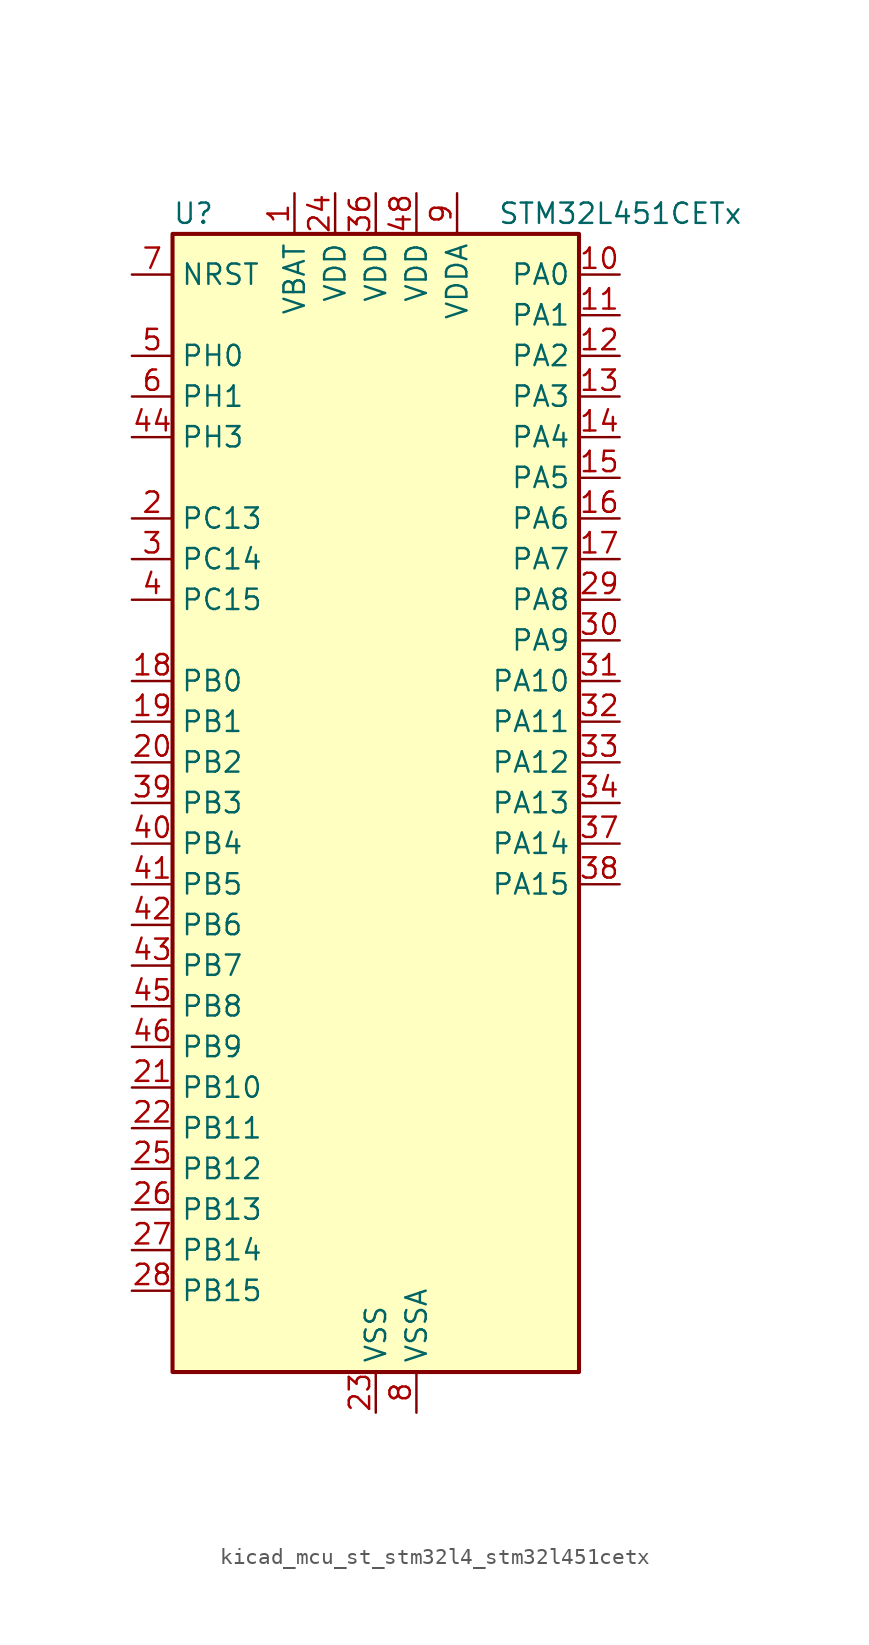
<source format=kicad_sym>
(kicad_symbol_lib
  (version 20220914)
  (generator kicad_symbol_editor)
  (symbol "kicad_mcu_st_stm32l4_stm32l451cetx"
    (property "Reference" "U"
      (at -12.7 36.83 0)
      (effects (font (size 1.27 1.27)) (justify left)))
    (property "Value" "STM32L451CETx"
      (at 7.62 36.83 0)
      (effects (font (size 1.27 1.27)) (justify left)))
    (property "ki_locked" ""
      (at 0 0 0)
      (effects (font (size 1.27 1.27))))
    (symbol "kicad_mcu_st_stm32l4_stm32l451cetx_0_1"
      (rectangle (start -12.7 -35.56) (end 12.7 35.56) (stroke (width 0.254) (type default)) (fill (type background))))
    (symbol "kicad_mcu_st_stm32l4_stm32l451cetx_1_1"
      (pin power_in line (at -5.08 38.1 270) (length 2.54) (name "VBAT" (effects (font (size 1.27 1.27)))) (number "1" (effects (font (size 1.27 1.27)))))
      (pin bidirectional line (at 15.24 33.02 180) (length 2.54) (name "PA0" (effects (font (size 1.27 1.27)))) (number "10" (effects (font (size 1.27 1.27)))) (alternate "ADC1_IN5" bidirectional line) (alternate "COMP1_INM" bidirectional line) (alternate "COMP1_OUT" bidirectional line) (alternate "OPAMP1_VINP" bidirectional line) (alternate "RTC_TAMP2" bidirectional line) (alternate "SAI1_EXTCLK" bidirectional line) (alternate "SYS_WKUP1" bidirectional line) (alternate "TIM2_CH1" bidirectional line) (alternate "TIM2_ETR" bidirectional line) (alternate "UART4_TX" bidirectional line) (alternate "USART2_CTS" bidirectional line))
      (pin bidirectional line (at 15.24 30.48 180) (length 2.54) (name "PA1" (effects (font (size 1.27 1.27)))) (number "11" (effects (font (size 1.27 1.27)))) (alternate "ADC1_IN6" bidirectional line) (alternate "COMP1_INP" bidirectional line) (alternate "I2C1_SMBA" bidirectional line) (alternate "OPAMP1_VINM" bidirectional line) (alternate "SPI1_SCK" bidirectional line) (alternate "TIM15_CH1N" bidirectional line) (alternate "TIM2_CH2" bidirectional line) (alternate "UART4_RX" bidirectional line) (alternate "USART2_DE" bidirectional line) (alternate "USART2_RTS" bidirectional line))
      (pin bidirectional line (at 15.24 27.94 180) (length 2.54) (name "PA2" (effects (font (size 1.27 1.27)))) (number "12" (effects (font (size 1.27 1.27)))) (alternate "ADC1_IN7" bidirectional line) (alternate "COMP2_INM" bidirectional line) (alternate "COMP2_OUT" bidirectional line) (alternate "LPUART1_TX" bidirectional line) (alternate "QUADSPI_BK1_NCS" bidirectional line) (alternate "RCC_LSCO" bidirectional line) (alternate "SYS_WKUP4" bidirectional line) (alternate "TIM15_CH1" bidirectional line) (alternate "TIM2_CH3" bidirectional line) (alternate "USART2_TX" bidirectional line))
      (pin bidirectional line (at 15.24 25.4 180) (length 2.54) (name "PA3" (effects (font (size 1.27 1.27)))) (number "13" (effects (font (size 1.27 1.27)))) (alternate "ADC1_IN8" bidirectional line) (alternate "COMP2_INP" bidirectional line) (alternate "LPUART1_RX" bidirectional line) (alternate "OPAMP1_VOUT" bidirectional line) (alternate "QUADSPI_CLK" bidirectional line) (alternate "SAI1_MCLK_A" bidirectional line) (alternate "TIM15_CH2" bidirectional line) (alternate "TIM2_CH4" bidirectional line) (alternate "USART2_RX" bidirectional line))
      (pin bidirectional line (at 15.24 22.86 180) (length 2.54) (name "PA4" (effects (font (size 1.27 1.27)))) (number "14" (effects (font (size 1.27 1.27)))) (alternate "ADC1_IN9" bidirectional line) (alternate "COMP1_INM" bidirectional line) (alternate "COMP2_INM" bidirectional line) (alternate "DAC1_OUT1" bidirectional line) (alternate "LPTIM2_OUT" bidirectional line) (alternate "SAI1_FS_B" bidirectional line) (alternate "SPI1_NSS" bidirectional line) (alternate "SPI3_NSS" bidirectional line) (alternate "USART2_CK" bidirectional line))
      (pin bidirectional line (at 15.24 20.32 180) (length 2.54) (name "PA5" (effects (font (size 1.27 1.27)))) (number "15" (effects (font (size 1.27 1.27)))) (alternate "ADC1_IN10" bidirectional line) (alternate "COMP1_INM" bidirectional line) (alternate "COMP2_INM" bidirectional line) (alternate "DFSDM1_CKOUT" bidirectional line) (alternate "LPTIM2_ETR" bidirectional line) (alternate "SPI1_SCK" bidirectional line) (alternate "TIM2_CH1" bidirectional line) (alternate "TIM2_ETR" bidirectional line))
      (pin bidirectional line (at 15.24 17.78 180) (length 2.54) (name "PA6" (effects (font (size 1.27 1.27)))) (number "16" (effects (font (size 1.27 1.27)))) (alternate "ADC1_IN11" bidirectional line) (alternate "COMP1_OUT" bidirectional line) (alternate "LPUART1_CTS" bidirectional line) (alternate "QUADSPI_BK1_IO3" bidirectional line) (alternate "SPI1_MISO" bidirectional line) (alternate "TIM16_CH1" bidirectional line) (alternate "TIM1_BKIN" bidirectional line) (alternate "TIM1_BKIN_COMP2" bidirectional line) (alternate "TIM3_CH1" bidirectional line) (alternate "USART3_CTS" bidirectional line))
      (pin bidirectional line (at 15.24 15.24 180) (length 2.54) (name "PA7" (effects (font (size 1.27 1.27)))) (number "17" (effects (font (size 1.27 1.27)))) (alternate "ADC1_IN12" bidirectional line) (alternate "COMP2_OUT" bidirectional line) (alternate "DFSDM1_DATIN0" bidirectional line) (alternate "I2C3_SCL" bidirectional line) (alternate "QUADSPI_BK1_IO2" bidirectional line) (alternate "SPI1_MOSI" bidirectional line) (alternate "TIM1_CH1N" bidirectional line) (alternate "TIM3_CH2" bidirectional line))
      (pin bidirectional line (at -15.24 7.62 0) (length 2.54) (name "PB0" (effects (font (size 1.27 1.27)))) (number "18" (effects (font (size 1.27 1.27)))) (alternate "ADC1_IN15" bidirectional line) (alternate "COMP1_OUT" bidirectional line) (alternate "DFSDM1_CKIN0" bidirectional line) (alternate "QUADSPI_BK1_IO1" bidirectional line) (alternate "SAI1_EXTCLK" bidirectional line) (alternate "SPI1_NSS" bidirectional line) (alternate "TIM1_CH2N" bidirectional line) (alternate "TIM3_CH3" bidirectional line) (alternate "USART3_CK" bidirectional line))
      (pin bidirectional line (at -15.24 5.08 0) (length 2.54) (name "PB1" (effects (font (size 1.27 1.27)))) (number "19" (effects (font (size 1.27 1.27)))) (alternate "ADC1_IN16" bidirectional line) (alternate "COMP1_INM" bidirectional line) (alternate "DFSDM1_DATIN0" bidirectional line) (alternate "LPTIM2_IN1" bidirectional line) (alternate "LPUART1_DE" bidirectional line) (alternate "LPUART1_RTS" bidirectional line) (alternate "QUADSPI_BK1_IO0" bidirectional line) (alternate "TIM1_CH3N" bidirectional line) (alternate "TIM3_CH4" bidirectional line) (alternate "USART3_DE" bidirectional line) (alternate "USART3_RTS" bidirectional line))
      (pin bidirectional line (at -15.24 17.78 0) (length 2.54) (name "PC13" (effects (font (size 1.27 1.27)))) (number "2" (effects (font (size 1.27 1.27)))) (alternate "RTC_OUT_ALARM" bidirectional line) (alternate "RTC_OUT_CALIB" bidirectional line) (alternate "RTC_TAMP1" bidirectional line) (alternate "RTC_TS" bidirectional line) (alternate "SYS_WKUP2" bidirectional line))
      (pin bidirectional line (at -15.24 2.54 0) (length 2.54) (name "PB2" (effects (font (size 1.27 1.27)))) (number "20" (effects (font (size 1.27 1.27)))) (alternate "COMP1_INP" bidirectional line) (alternate "DFSDM1_CKIN0" bidirectional line) (alternate "I2C3_SMBA" bidirectional line) (alternate "LPTIM1_OUT" bidirectional line) (alternate "RTC_OUT_ALARM" bidirectional line) (alternate "RTC_OUT_CALIB" bidirectional line))
      (pin bidirectional line (at -15.24 -17.78 0) (length 2.54) (name "PB10" (effects (font (size 1.27 1.27)))) (number "21" (effects (font (size 1.27 1.27)))) (alternate "COMP1_OUT" bidirectional line) (alternate "I2C2_SCL" bidirectional line) (alternate "I2C4_SCL" bidirectional line) (alternate "LPUART1_RX" bidirectional line) (alternate "QUADSPI_CLK" bidirectional line) (alternate "SAI1_SCK_A" bidirectional line) (alternate "SPI2_SCK" bidirectional line) (alternate "TIM2_CH3" bidirectional line) (alternate "TSC_SYNC" bidirectional line) (alternate "USART3_TX" bidirectional line))
      (pin bidirectional line (at -15.24 -20.32 0) (length 2.54) (name "PB11" (effects (font (size 1.27 1.27)))) (number "22" (effects (font (size 1.27 1.27)))) (alternate "ADC1_EXTI11" bidirectional line) (alternate "COMP2_OUT" bidirectional line) (alternate "I2C2_SDA" bidirectional line) (alternate "I2C4_SDA" bidirectional line) (alternate "LPUART1_TX" bidirectional line) (alternate "QUADSPI_BK1_NCS" bidirectional line) (alternate "TIM2_CH4" bidirectional line) (alternate "USART3_RX" bidirectional line))
      (pin power_in line (at 0 -38.1 90) (length 2.54) (name "VSS" (effects (font (size 1.27 1.27)))) (number "23" (effects (font (size 1.27 1.27)))))
      (pin power_in line (at -2.54 38.1 270) (length 2.54) (name "VDD" (effects (font (size 1.27 1.27)))) (number "24" (effects (font (size 1.27 1.27)))))
      (pin bidirectional line (at -15.24 -22.86 0) (length 2.54) (name "PB12" (effects (font (size 1.27 1.27)))) (number "25" (effects (font (size 1.27 1.27)))) (alternate "CAN1_RX" bidirectional line) (alternate "DFSDM1_DATIN1" bidirectional line) (alternate "I2C2_SMBA" bidirectional line) (alternate "LPUART1_DE" bidirectional line) (alternate "LPUART1_RTS" bidirectional line) (alternate "SAI1_FS_A" bidirectional line) (alternate "SPI2_NSS" bidirectional line) (alternate "TIM15_BKIN" bidirectional line) (alternate "TIM1_BKIN" bidirectional line) (alternate "TIM1_BKIN_COMP2" bidirectional line) (alternate "TSC_G1_IO1" bidirectional line) (alternate "USART3_CK" bidirectional line))
      (pin bidirectional line (at -15.24 -25.4 0) (length 2.54) (name "PB13" (effects (font (size 1.27 1.27)))) (number "26" (effects (font (size 1.27 1.27)))) (alternate "CAN1_TX" bidirectional line) (alternate "DFSDM1_CKIN1" bidirectional line) (alternate "I2C2_SCL" bidirectional line) (alternate "LPUART1_CTS" bidirectional line) (alternate "SAI1_SCK_A" bidirectional line) (alternate "SPI2_SCK" bidirectional line) (alternate "TIM15_CH1N" bidirectional line) (alternate "TIM1_CH1N" bidirectional line) (alternate "TSC_G1_IO2" bidirectional line) (alternate "USART3_CTS" bidirectional line))
      (pin bidirectional line (at -15.24 -27.94 0) (length 2.54) (name "PB14" (effects (font (size 1.27 1.27)))) (number "27" (effects (font (size 1.27 1.27)))) (alternate "DFSDM1_DATIN2" bidirectional line) (alternate "I2C2_SDA" bidirectional line) (alternate "SAI1_MCLK_A" bidirectional line) (alternate "SPI2_MISO" bidirectional line) (alternate "TIM15_CH1" bidirectional line) (alternate "TIM1_CH2N" bidirectional line) (alternate "TSC_G1_IO3" bidirectional line) (alternate "USART3_DE" bidirectional line) (alternate "USART3_RTS" bidirectional line))
      (pin bidirectional line (at -15.24 -30.48 0) (length 2.54) (name "PB15" (effects (font (size 1.27 1.27)))) (number "28" (effects (font (size 1.27 1.27)))) (alternate "ADC1_EXTI15" bidirectional line) (alternate "DFSDM1_CKIN2" bidirectional line) (alternate "RTC_REFIN" bidirectional line) (alternate "SAI1_SD_A" bidirectional line) (alternate "SPI2_MOSI" bidirectional line) (alternate "TIM15_CH2" bidirectional line) (alternate "TIM1_CH3N" bidirectional line) (alternate "TSC_G1_IO4" bidirectional line))
      (pin bidirectional line (at 15.24 12.7 180) (length 2.54) (name "PA8" (effects (font (size 1.27 1.27)))) (number "29" (effects (font (size 1.27 1.27)))) (alternate "DFSDM1_CKIN1" bidirectional line) (alternate "LPTIM2_OUT" bidirectional line) (alternate "RCC_MCO" bidirectional line) (alternate "SAI1_SCK_A" bidirectional line) (alternate "TIM1_CH1" bidirectional line) (alternate "USART1_CK" bidirectional line))
      (pin bidirectional line (at -15.24 15.24 0) (length 2.54) (name "PC14" (effects (font (size 1.27 1.27)))) (number "3" (effects (font (size 1.27 1.27)))) (alternate "RCC_OSC32_IN" bidirectional line))
      (pin bidirectional line (at 15.24 10.16 180) (length 2.54) (name "PA9" (effects (font (size 1.27 1.27)))) (number "30" (effects (font (size 1.27 1.27)))) (alternate "DAC1_EXTI9" bidirectional line) (alternate "DFSDM1_DATIN1" bidirectional line) (alternate "I2C1_SCL" bidirectional line) (alternate "SAI1_FS_A" bidirectional line) (alternate "TIM15_BKIN" bidirectional line) (alternate "TIM1_CH2" bidirectional line) (alternate "USART1_TX" bidirectional line))
      (pin bidirectional line (at 15.24 7.62 180) (length 2.54) (name "PA10" (effects (font (size 1.27 1.27)))) (number "31" (effects (font (size 1.27 1.27)))) (alternate "I2C1_SDA" bidirectional line) (alternate "SAI1_SD_A" bidirectional line) (alternate "TIM1_CH3" bidirectional line) (alternate "USART1_RX" bidirectional line))
      (pin bidirectional line (at 15.24 5.08 180) (length 2.54) (name "PA11" (effects (font (size 1.27 1.27)))) (number "32" (effects (font (size 1.27 1.27)))) (alternate "ADC1_EXTI11" bidirectional line) (alternate "CAN1_RX" bidirectional line) (alternate "COMP1_OUT" bidirectional line) (alternate "SPI1_MISO" bidirectional line) (alternate "TIM1_BKIN2" bidirectional line) (alternate "TIM1_BKIN2_COMP1" bidirectional line) (alternate "TIM1_CH4" bidirectional line) (alternate "USART1_CTS" bidirectional line))
      (pin bidirectional line (at 15.24 2.54 180) (length 2.54) (name "PA12" (effects (font (size 1.27 1.27)))) (number "33" (effects (font (size 1.27 1.27)))) (alternate "CAN1_TX" bidirectional line) (alternate "SPI1_MOSI" bidirectional line) (alternate "TIM1_ETR" bidirectional line) (alternate "USART1_DE" bidirectional line) (alternate "USART1_RTS" bidirectional line))
      (pin bidirectional line (at 15.24 0 180) (length 2.54) (name "PA13" (effects (font (size 1.27 1.27)))) (number "34" (effects (font (size 1.27 1.27)))) (alternate "IR_OUT" bidirectional line) (alternate "SAI1_SD_B" bidirectional line) (alternate "SYS_JTMS-SWDIO" bidirectional line))
      (pin passive line (at 0 -38.1 90) (length 2.54) hide (name "VSS" (effects (font (size 1.27 1.27)))) (number "35" (effects (font (size 1.27 1.27)))))
      (pin power_in line (at 0 38.1 270) (length 2.54) (name "VDD" (effects (font (size 1.27 1.27)))) (number "36" (effects (font (size 1.27 1.27)))))
      (pin bidirectional line (at 15.24 -2.54 180) (length 2.54) (name "PA14" (effects (font (size 1.27 1.27)))) (number "37" (effects (font (size 1.27 1.27)))) (alternate "I2C1_SMBA" bidirectional line) (alternate "I2C4_SMBA" bidirectional line) (alternate "LPTIM1_OUT" bidirectional line) (alternate "SAI1_FS_B" bidirectional line) (alternate "SYS_JTCK-SWCLK" bidirectional line))
      (pin bidirectional line (at 15.24 -5.08 180) (length 2.54) (name "PA15" (effects (font (size 1.27 1.27)))) (number "38" (effects (font (size 1.27 1.27)))) (alternate "ADC1_EXTI15" bidirectional line) (alternate "SPI1_NSS" bidirectional line) (alternate "SPI3_NSS" bidirectional line) (alternate "SYS_JTDI" bidirectional line) (alternate "TIM2_CH1" bidirectional line) (alternate "TIM2_ETR" bidirectional line) (alternate "UART4_DE" bidirectional line) (alternate "UART4_RTS" bidirectional line) (alternate "USART2_RX" bidirectional line) (alternate "USART3_DE" bidirectional line) (alternate "USART3_RTS" bidirectional line))
      (pin bidirectional line (at -15.24 0 0) (length 2.54) (name "PB3" (effects (font (size 1.27 1.27)))) (number "39" (effects (font (size 1.27 1.27)))) (alternate "COMP2_INM" bidirectional line) (alternate "SAI1_SCK_B" bidirectional line) (alternate "SPI1_SCK" bidirectional line) (alternate "SPI3_SCK" bidirectional line) (alternate "SYS_JTDO-SWO" bidirectional line) (alternate "TIM2_CH2" bidirectional line) (alternate "USART1_DE" bidirectional line) (alternate "USART1_RTS" bidirectional line))
      (pin bidirectional line (at -15.24 12.7 0) (length 2.54) (name "PC15" (effects (font (size 1.27 1.27)))) (number "4" (effects (font (size 1.27 1.27)))) (alternate "ADC1_EXTI15" bidirectional line) (alternate "RCC_OSC32_OUT" bidirectional line))
      (pin bidirectional line (at -15.24 -2.54 0) (length 2.54) (name "PB4" (effects (font (size 1.27 1.27)))) (number "40" (effects (font (size 1.27 1.27)))) (alternate "COMP2_INP" bidirectional line) (alternate "I2C3_SDA" bidirectional line) (alternate "SAI1_MCLK_B" bidirectional line) (alternate "SPI1_MISO" bidirectional line) (alternate "SPI3_MISO" bidirectional line) (alternate "SYS_JTRST" bidirectional line) (alternate "TIM3_CH1" bidirectional line) (alternate "TSC_G2_IO1" bidirectional line) (alternate "USART1_CTS" bidirectional line))
      (pin bidirectional line (at -15.24 -5.08 0) (length 2.54) (name "PB5" (effects (font (size 1.27 1.27)))) (number "41" (effects (font (size 1.27 1.27)))) (alternate "CAN1_RX" bidirectional line) (alternate "COMP2_OUT" bidirectional line) (alternate "I2C1_SMBA" bidirectional line) (alternate "LPTIM1_IN1" bidirectional line) (alternate "SAI1_SD_B" bidirectional line) (alternate "SPI1_MOSI" bidirectional line) (alternate "SPI3_MOSI" bidirectional line) (alternate "TIM16_BKIN" bidirectional line) (alternate "TIM3_CH2" bidirectional line) (alternate "TSC_G2_IO2" bidirectional line) (alternate "USART1_CK" bidirectional line))
      (pin bidirectional line (at -15.24 -7.62 0) (length 2.54) (name "PB6" (effects (font (size 1.27 1.27)))) (number "42" (effects (font (size 1.27 1.27)))) (alternate "CAN1_TX" bidirectional line) (alternate "COMP2_INP" bidirectional line) (alternate "I2C1_SCL" bidirectional line) (alternate "I2C4_SCL" bidirectional line) (alternate "LPTIM1_ETR" bidirectional line) (alternate "SAI1_FS_B" bidirectional line) (alternate "TIM16_CH1N" bidirectional line) (alternate "TSC_G2_IO3" bidirectional line) (alternate "USART1_TX" bidirectional line))
      (pin bidirectional line (at -15.24 -10.16 0) (length 2.54) (name "PB7" (effects (font (size 1.27 1.27)))) (number "43" (effects (font (size 1.27 1.27)))) (alternate "COMP2_INM" bidirectional line) (alternate "I2C1_SDA" bidirectional line) (alternate "I2C4_SDA" bidirectional line) (alternate "LPTIM1_IN2" bidirectional line) (alternate "SYS_PVD_IN" bidirectional line) (alternate "TSC_G2_IO4" bidirectional line) (alternate "UART4_CTS" bidirectional line) (alternate "USART1_RX" bidirectional line))
      (pin bidirectional line (at -15.24 22.86 0) (length 2.54) (name "PH3" (effects (font (size 1.27 1.27)))) (number "44" (effects (font (size 1.27 1.27)))))
      (pin bidirectional line (at -15.24 -12.7 0) (length 2.54) (name "PB8" (effects (font (size 1.27 1.27)))) (number "45" (effects (font (size 1.27 1.27)))) (alternate "CAN1_RX" bidirectional line) (alternate "I2C1_SCL" bidirectional line) (alternate "SAI1_MCLK_A" bidirectional line) (alternate "TIM16_CH1" bidirectional line))
      (pin bidirectional line (at -15.24 -15.24 0) (length 2.54) (name "PB9" (effects (font (size 1.27 1.27)))) (number "46" (effects (font (size 1.27 1.27)))) (alternate "CAN1_TX" bidirectional line) (alternate "DAC1_EXTI9" bidirectional line) (alternate "I2C1_SDA" bidirectional line) (alternate "IR_OUT" bidirectional line) (alternate "SAI1_FS_A" bidirectional line) (alternate "SPI2_NSS" bidirectional line))
      (pin passive line (at 0 -38.1 90) (length 2.54) hide (name "VSS" (effects (font (size 1.27 1.27)))) (number "47" (effects (font (size 1.27 1.27)))))
      (pin power_in line (at 2.54 38.1 270) (length 2.54) (name "VDD" (effects (font (size 1.27 1.27)))) (number "48" (effects (font (size 1.27 1.27)))))
      (pin bidirectional line (at -15.24 27.94 0) (length 2.54) (name "PH0" (effects (font (size 1.27 1.27)))) (number "5" (effects (font (size 1.27 1.27)))) (alternate "RCC_OSC_IN" bidirectional line))
      (pin bidirectional line (at -15.24 25.4 0) (length 2.54) (name "PH1" (effects (font (size 1.27 1.27)))) (number "6" (effects (font (size 1.27 1.27)))) (alternate "RCC_OSC_OUT" bidirectional line))
      (pin input line (at -15.24 33.02 0) (length 2.54) (name "NRST" (effects (font (size 1.27 1.27)))) (number "7" (effects (font (size 1.27 1.27)))))
      (pin power_in line (at 2.54 -38.1 90) (length 2.54) (name "VSSA" (effects (font (size 1.27 1.27)))) (number "8" (effects (font (size 1.27 1.27)))))
      (pin power_in line (at 5.08 38.1 270) (length 2.54) (name "VDDA" (effects (font (size 1.27 1.27)))) (number "9" (effects (font (size 1.27 1.27))))))))
</source>
